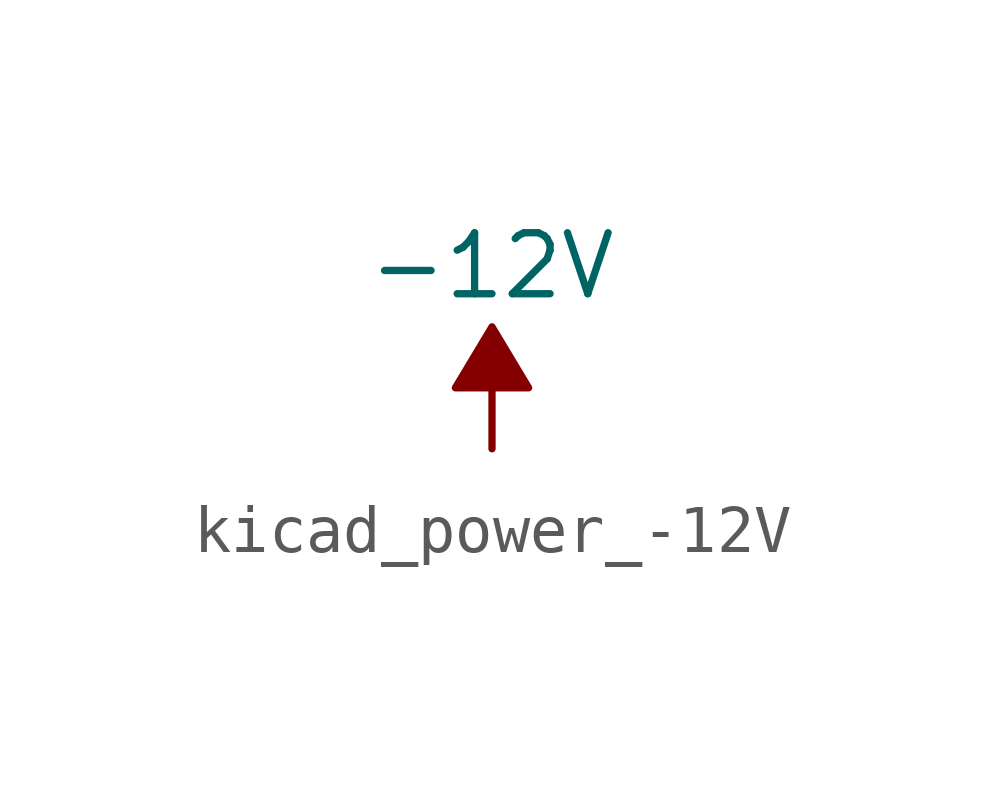
<source format=kicad_sym>
(kicad_symbol_lib
  (version 20220914)
  (generator kicad_symbol_editor)
  (symbol "kicad_power_-12V"
    (power)
    (pin_names
      (offset 0))
    (property "Reference" "#PWR"
      (at 0 2.54 0)
      (effects (font (size 1.27 1.27)) hide))
    (property "Value" "-12V"
      (at 0 3.81 0)
      (effects (font (size 1.27 1.27))))
    (symbol "kicad_power_-12V_0_0"
      (pin power_in line (at 0 0 90) (length 0) hide (name "-12V" (effects (font (size 1.27 1.27)))) (number "1" (effects (font (size 1.27 1.27))))))
    (symbol "kicad_power_-12V_0_1"
      (polyline (pts (xy 0 0) (xy 0 1.27) (xy 0.762 1.27) (xy 0 2.54) (xy -0.762 1.27) (xy 0 1.27)) (stroke (width 0) (type default)) (fill (type outline))))))
</source>
